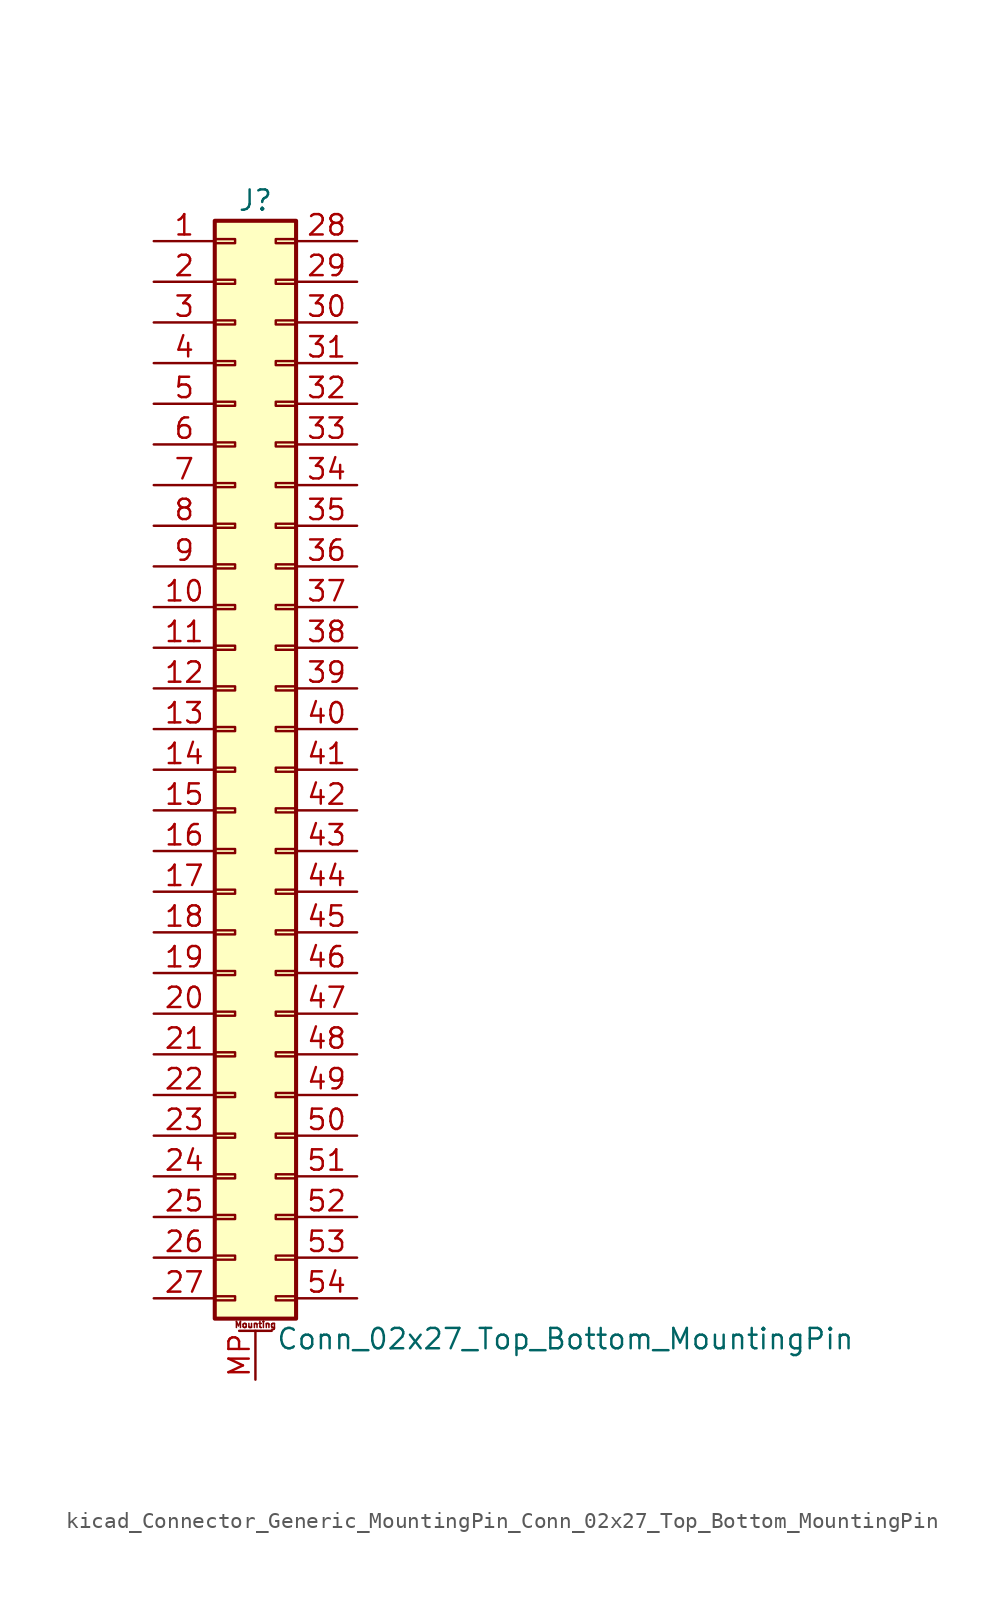
<source format=kicad_sym>
(kicad_symbol_lib
  (version 20220914)
  (generator kicad_symbol_editor)
  (symbol "kicad_Connector_Generic_MountingPin_Conn_02x27_Top_Bottom_MountingPin"
    (pin_names
      (offset 1.016) hide)
    (property "Reference" "J"
      (at 1.27 35.56 0)
      (effects (font (size 1.27 1.27))))
    (property "Value" "Conn_02x27_Top_Bottom_MountingPin"
      (at 2.54 -35.56 0)
      (effects (font (size 1.27 1.27)) (justify left)))
    (symbol "kicad_Connector_Generic_MountingPin_Conn_02x27_Top_Bottom_MountingPin_1_1"
      (rectangle (start -1.27 -32.893) (end 0 -33.147) (stroke (width 0.152) (type default)) (fill (type none)))
      (rectangle (start -1.27 -30.353) (end 0 -30.607) (stroke (width 0.152) (type default)) (fill (type none)))
      (rectangle (start -1.27 -27.813) (end 0 -28.067) (stroke (width 0.152) (type default)) (fill (type none)))
      (rectangle (start -1.27 -25.273) (end 0 -25.527) (stroke (width 0.152) (type default)) (fill (type none)))
      (rectangle (start -1.27 -22.733) (end 0 -22.987) (stroke (width 0.152) (type default)) (fill (type none)))
      (rectangle (start -1.27 -20.193) (end 0 -20.447) (stroke (width 0.152) (type default)) (fill (type none)))
      (rectangle (start -1.27 -17.653) (end 0 -17.907) (stroke (width 0.152) (type default)) (fill (type none)))
      (rectangle (start -1.27 -15.113) (end 0 -15.367) (stroke (width 0.152) (type default)) (fill (type none)))
      (rectangle (start -1.27 -12.573) (end 0 -12.827) (stroke (width 0.152) (type default)) (fill (type none)))
      (rectangle (start -1.27 -10.033) (end 0 -10.287) (stroke (width 0.152) (type default)) (fill (type none)))
      (rectangle (start -1.27 -7.493) (end 0 -7.747) (stroke (width 0.152) (type default)) (fill (type none)))
      (rectangle (start -1.27 -4.953) (end 0 -5.207) (stroke (width 0.152) (type default)) (fill (type none)))
      (rectangle (start -1.27 -2.413) (end 0 -2.667) (stroke (width 0.152) (type default)) (fill (type none)))
      (rectangle (start -1.27 0.127) (end 0 -0.127) (stroke (width 0.152) (type default)) (fill (type none)))
      (rectangle (start -1.27 2.667) (end 0 2.413) (stroke (width 0.152) (type default)) (fill (type none)))
      (rectangle (start -1.27 5.207) (end 0 4.953) (stroke (width 0.152) (type default)) (fill (type none)))
      (rectangle (start -1.27 7.747) (end 0 7.493) (stroke (width 0.152) (type default)) (fill (type none)))
      (rectangle (start -1.27 10.287) (end 0 10.033) (stroke (width 0.152) (type default)) (fill (type none)))
      (rectangle (start -1.27 12.827) (end 0 12.573) (stroke (width 0.152) (type default)) (fill (type none)))
      (rectangle (start -1.27 15.367) (end 0 15.113) (stroke (width 0.152) (type default)) (fill (type none)))
      (rectangle (start -1.27 17.907) (end 0 17.653) (stroke (width 0.152) (type default)) (fill (type none)))
      (rectangle (start -1.27 20.447) (end 0 20.193) (stroke (width 0.152) (type default)) (fill (type none)))
      (rectangle (start -1.27 22.987) (end 0 22.733) (stroke (width 0.152) (type default)) (fill (type none)))
      (rectangle (start -1.27 25.527) (end 0 25.273) (stroke (width 0.152) (type default)) (fill (type none)))
      (rectangle (start -1.27 28.067) (end 0 27.813) (stroke (width 0.152) (type default)) (fill (type none)))
      (rectangle (start -1.27 30.607) (end 0 30.353) (stroke (width 0.152) (type default)) (fill (type none)))
      (rectangle (start -1.27 33.147) (end 0 32.893) (stroke (width 0.152) (type default)) (fill (type none)))
      (rectangle (start -1.27 34.29) (end 3.81 -34.29) (stroke (width 0.254) (type default)) (fill (type background)))
      (polyline (pts (xy 0.254 -35.052) (xy 2.286 -35.052)) (stroke (width 0.152) (type default)) (fill (type none)))
      (rectangle (start 3.81 -32.893) (end 2.54 -33.147) (stroke (width 0.152) (type default)) (fill (type none)))
      (rectangle (start 3.81 -30.353) (end 2.54 -30.607) (stroke (width 0.152) (type default)) (fill (type none)))
      (rectangle (start 3.81 -27.813) (end 2.54 -28.067) (stroke (width 0.152) (type default)) (fill (type none)))
      (rectangle (start 3.81 -25.273) (end 2.54 -25.527) (stroke (width 0.152) (type default)) (fill (type none)))
      (rectangle (start 3.81 -22.733) (end 2.54 -22.987) (stroke (width 0.152) (type default)) (fill (type none)))
      (rectangle (start 3.81 -20.193) (end 2.54 -20.447) (stroke (width 0.152) (type default)) (fill (type none)))
      (rectangle (start 3.81 -17.653) (end 2.54 -17.907) (stroke (width 0.152) (type default)) (fill (type none)))
      (rectangle (start 3.81 -15.113) (end 2.54 -15.367) (stroke (width 0.152) (type default)) (fill (type none)))
      (rectangle (start 3.81 -12.573) (end 2.54 -12.827) (stroke (width 0.152) (type default)) (fill (type none)))
      (rectangle (start 3.81 -10.033) (end 2.54 -10.287) (stroke (width 0.152) (type default)) (fill (type none)))
      (rectangle (start 3.81 -7.493) (end 2.54 -7.747) (stroke (width 0.152) (type default)) (fill (type none)))
      (rectangle (start 3.81 -4.953) (end 2.54 -5.207) (stroke (width 0.152) (type default)) (fill (type none)))
      (rectangle (start 3.81 -2.413) (end 2.54 -2.667) (stroke (width 0.152) (type default)) (fill (type none)))
      (rectangle (start 3.81 0.127) (end 2.54 -0.127) (stroke (width 0.152) (type default)) (fill (type none)))
      (rectangle (start 3.81 2.667) (end 2.54 2.413) (stroke (width 0.152) (type default)) (fill (type none)))
      (rectangle (start 3.81 5.207) (end 2.54 4.953) (stroke (width 0.152) (type default)) (fill (type none)))
      (rectangle (start 3.81 7.747) (end 2.54 7.493) (stroke (width 0.152) (type default)) (fill (type none)))
      (rectangle (start 3.81 10.287) (end 2.54 10.033) (stroke (width 0.152) (type default)) (fill (type none)))
      (rectangle (start 3.81 12.827) (end 2.54 12.573) (stroke (width 0.152) (type default)) (fill (type none)))
      (rectangle (start 3.81 15.367) (end 2.54 15.113) (stroke (width 0.152) (type default)) (fill (type none)))
      (rectangle (start 3.81 17.907) (end 2.54 17.653) (stroke (width 0.152) (type default)) (fill (type none)))
      (rectangle (start 3.81 20.447) (end 2.54 20.193) (stroke (width 0.152) (type default)) (fill (type none)))
      (rectangle (start 3.81 22.987) (end 2.54 22.733) (stroke (width 0.152) (type default)) (fill (type none)))
      (rectangle (start 3.81 25.527) (end 2.54 25.273) (stroke (width 0.152) (type default)) (fill (type none)))
      (rectangle (start 3.81 28.067) (end 2.54 27.813) (stroke (width 0.152) (type default)) (fill (type none)))
      (rectangle (start 3.81 30.607) (end 2.54 30.353) (stroke (width 0.152) (type default)) (fill (type none)))
      (rectangle (start 3.81 33.147) (end 2.54 32.893) (stroke (width 0.152) (type default)) (fill (type none)))
      (text "Mounting" (at 1.27 -34.671 0) (effects (font (size 0.381 0.381))))
      (pin passive line (at -5.08 33.02 0) (length 3.81) (name "Pin_1" (effects (font (size 1.27 1.27)))) (number "1" (effects (font (size 1.27 1.27)))))
      (pin passive line (at -5.08 10.16 0) (length 3.81) (name "Pin_10" (effects (font (size 1.27 1.27)))) (number "10" (effects (font (size 1.27 1.27)))))
      (pin passive line (at -5.08 7.62 0) (length 3.81) (name "Pin_11" (effects (font (size 1.27 1.27)))) (number "11" (effects (font (size 1.27 1.27)))))
      (pin passive line (at -5.08 5.08 0) (length 3.81) (name "Pin_12" (effects (font (size 1.27 1.27)))) (number "12" (effects (font (size 1.27 1.27)))))
      (pin passive line (at -5.08 2.54 0) (length 3.81) (name "Pin_13" (effects (font (size 1.27 1.27)))) (number "13" (effects (font (size 1.27 1.27)))))
      (pin passive line (at -5.08 0 0) (length 3.81) (name "Pin_14" (effects (font (size 1.27 1.27)))) (number "14" (effects (font (size 1.27 1.27)))))
      (pin passive line (at -5.08 -2.54 0) (length 3.81) (name "Pin_15" (effects (font (size 1.27 1.27)))) (number "15" (effects (font (size 1.27 1.27)))))
      (pin passive line (at -5.08 -5.08 0) (length 3.81) (name "Pin_16" (effects (font (size 1.27 1.27)))) (number "16" (effects (font (size 1.27 1.27)))))
      (pin passive line (at -5.08 -7.62 0) (length 3.81) (name "Pin_17" (effects (font (size 1.27 1.27)))) (number "17" (effects (font (size 1.27 1.27)))))
      (pin passive line (at -5.08 -10.16 0) (length 3.81) (name "Pin_18" (effects (font (size 1.27 1.27)))) (number "18" (effects (font (size 1.27 1.27)))))
      (pin passive line (at -5.08 -12.7 0) (length 3.81) (name "Pin_19" (effects (font (size 1.27 1.27)))) (number "19" (effects (font (size 1.27 1.27)))))
      (pin passive line (at -5.08 30.48 0) (length 3.81) (name "Pin_2" (effects (font (size 1.27 1.27)))) (number "2" (effects (font (size 1.27 1.27)))))
      (pin passive line (at -5.08 -15.24 0) (length 3.81) (name "Pin_20" (effects (font (size 1.27 1.27)))) (number "20" (effects (font (size 1.27 1.27)))))
      (pin passive line (at -5.08 -17.78 0) (length 3.81) (name "Pin_21" (effects (font (size 1.27 1.27)))) (number "21" (effects (font (size 1.27 1.27)))))
      (pin passive line (at -5.08 -20.32 0) (length 3.81) (name "Pin_22" (effects (font (size 1.27 1.27)))) (number "22" (effects (font (size 1.27 1.27)))))
      (pin passive line (at -5.08 -22.86 0) (length 3.81) (name "Pin_23" (effects (font (size 1.27 1.27)))) (number "23" (effects (font (size 1.27 1.27)))))
      (pin passive line (at -5.08 -25.4 0) (length 3.81) (name "Pin_24" (effects (font (size 1.27 1.27)))) (number "24" (effects (font (size 1.27 1.27)))))
      (pin passive line (at -5.08 -27.94 0) (length 3.81) (name "Pin_25" (effects (font (size 1.27 1.27)))) (number "25" (effects (font (size 1.27 1.27)))))
      (pin passive line (at -5.08 -30.48 0) (length 3.81) (name "Pin_26" (effects (font (size 1.27 1.27)))) (number "26" (effects (font (size 1.27 1.27)))))
      (pin passive line (at -5.08 -33.02 0) (length 3.81) (name "Pin_27" (effects (font (size 1.27 1.27)))) (number "27" (effects (font (size 1.27 1.27)))))
      (pin passive line (at 7.62 33.02 180) (length 3.81) (name "Pin_28" (effects (font (size 1.27 1.27)))) (number "28" (effects (font (size 1.27 1.27)))))
      (pin passive line (at 7.62 30.48 180) (length 3.81) (name "Pin_29" (effects (font (size 1.27 1.27)))) (number "29" (effects (font (size 1.27 1.27)))))
      (pin passive line (at -5.08 27.94 0) (length 3.81) (name "Pin_3" (effects (font (size 1.27 1.27)))) (number "3" (effects (font (size 1.27 1.27)))))
      (pin passive line (at 7.62 27.94 180) (length 3.81) (name "Pin_30" (effects (font (size 1.27 1.27)))) (number "30" (effects (font (size 1.27 1.27)))))
      (pin passive line (at 7.62 25.4 180) (length 3.81) (name "Pin_31" (effects (font (size 1.27 1.27)))) (number "31" (effects (font (size 1.27 1.27)))))
      (pin passive line (at 7.62 22.86 180) (length 3.81) (name "Pin_32" (effects (font (size 1.27 1.27)))) (number "32" (effects (font (size 1.27 1.27)))))
      (pin passive line (at 7.62 20.32 180) (length 3.81) (name "Pin_33" (effects (font (size 1.27 1.27)))) (number "33" (effects (font (size 1.27 1.27)))))
      (pin passive line (at 7.62 17.78 180) (length 3.81) (name "Pin_34" (effects (font (size 1.27 1.27)))) (number "34" (effects (font (size 1.27 1.27)))))
      (pin passive line (at 7.62 15.24 180) (length 3.81) (name "Pin_35" (effects (font (size 1.27 1.27)))) (number "35" (effects (font (size 1.27 1.27)))))
      (pin passive line (at 7.62 12.7 180) (length 3.81) (name "Pin_36" (effects (font (size 1.27 1.27)))) (number "36" (effects (font (size 1.27 1.27)))))
      (pin passive line (at 7.62 10.16 180) (length 3.81) (name "Pin_37" (effects (font (size 1.27 1.27)))) (number "37" (effects (font (size 1.27 1.27)))))
      (pin passive line (at 7.62 7.62 180) (length 3.81) (name "Pin_38" (effects (font (size 1.27 1.27)))) (number "38" (effects (font (size 1.27 1.27)))))
      (pin passive line (at 7.62 5.08 180) (length 3.81) (name "Pin_39" (effects (font (size 1.27 1.27)))) (number "39" (effects (font (size 1.27 1.27)))))
      (pin passive line (at -5.08 25.4 0) (length 3.81) (name "Pin_4" (effects (font (size 1.27 1.27)))) (number "4" (effects (font (size 1.27 1.27)))))
      (pin passive line (at 7.62 2.54 180) (length 3.81) (name "Pin_40" (effects (font (size 1.27 1.27)))) (number "40" (effects (font (size 1.27 1.27)))))
      (pin passive line (at 7.62 0 180) (length 3.81) (name "Pin_41" (effects (font (size 1.27 1.27)))) (number "41" (effects (font (size 1.27 1.27)))))
      (pin passive line (at 7.62 -2.54 180) (length 3.81) (name "Pin_42" (effects (font (size 1.27 1.27)))) (number "42" (effects (font (size 1.27 1.27)))))
      (pin passive line (at 7.62 -5.08 180) (length 3.81) (name "Pin_43" (effects (font (size 1.27 1.27)))) (number "43" (effects (font (size 1.27 1.27)))))
      (pin passive line (at 7.62 -7.62 180) (length 3.81) (name "Pin_44" (effects (font (size 1.27 1.27)))) (number "44" (effects (font (size 1.27 1.27)))))
      (pin passive line (at 7.62 -10.16 180) (length 3.81) (name "Pin_45" (effects (font (size 1.27 1.27)))) (number "45" (effects (font (size 1.27 1.27)))))
      (pin passive line (at 7.62 -12.7 180) (length 3.81) (name "Pin_46" (effects (font (size 1.27 1.27)))) (number "46" (effects (font (size 1.27 1.27)))))
      (pin passive line (at 7.62 -15.24 180) (length 3.81) (name "Pin_47" (effects (font (size 1.27 1.27)))) (number "47" (effects (font (size 1.27 1.27)))))
      (pin passive line (at 7.62 -17.78 180) (length 3.81) (name "Pin_48" (effects (font (size 1.27 1.27)))) (number "48" (effects (font (size 1.27 1.27)))))
      (pin passive line (at 7.62 -20.32 180) (length 3.81) (name "Pin_49" (effects (font (size 1.27 1.27)))) (number "49" (effects (font (size 1.27 1.27)))))
      (pin passive line (at -5.08 22.86 0) (length 3.81) (name "Pin_5" (effects (font (size 1.27 1.27)))) (number "5" (effects (font (size 1.27 1.27)))))
      (pin passive line (at 7.62 -22.86 180) (length 3.81) (name "Pin_50" (effects (font (size 1.27 1.27)))) (number "50" (effects (font (size 1.27 1.27)))))
      (pin passive line (at 7.62 -25.4 180) (length 3.81) (name "Pin_51" (effects (font (size 1.27 1.27)))) (number "51" (effects (font (size 1.27 1.27)))))
      (pin passive line (at 7.62 -27.94 180) (length 3.81) (name "Pin_52" (effects (font (size 1.27 1.27)))) (number "52" (effects (font (size 1.27 1.27)))))
      (pin passive line (at 7.62 -30.48 180) (length 3.81) (name "Pin_53" (effects (font (size 1.27 1.27)))) (number "53" (effects (font (size 1.27 1.27)))))
      (pin passive line (at 7.62 -33.02 180) (length 3.81) (name "Pin_54" (effects (font (size 1.27 1.27)))) (number "54" (effects (font (size 1.27 1.27)))))
      (pin passive line (at -5.08 20.32 0) (length 3.81) (name "Pin_6" (effects (font (size 1.27 1.27)))) (number "6" (effects (font (size 1.27 1.27)))))
      (pin passive line (at -5.08 17.78 0) (length 3.81) (name "Pin_7" (effects (font (size 1.27 1.27)))) (number "7" (effects (font (size 1.27 1.27)))))
      (pin passive line (at -5.08 15.24 0) (length 3.81) (name "Pin_8" (effects (font (size 1.27 1.27)))) (number "8" (effects (font (size 1.27 1.27)))))
      (pin passive line (at -5.08 12.7 0) (length 3.81) (name "Pin_9" (effects (font (size 1.27 1.27)))) (number "9" (effects (font (size 1.27 1.27)))))
      (pin passive line (at 1.27 -38.1 90) (length 3.048) (name "MountPin" (effects (font (size 1.27 1.27)))) (number "MP" (effects (font (size 1.27 1.27))))))))
</source>
